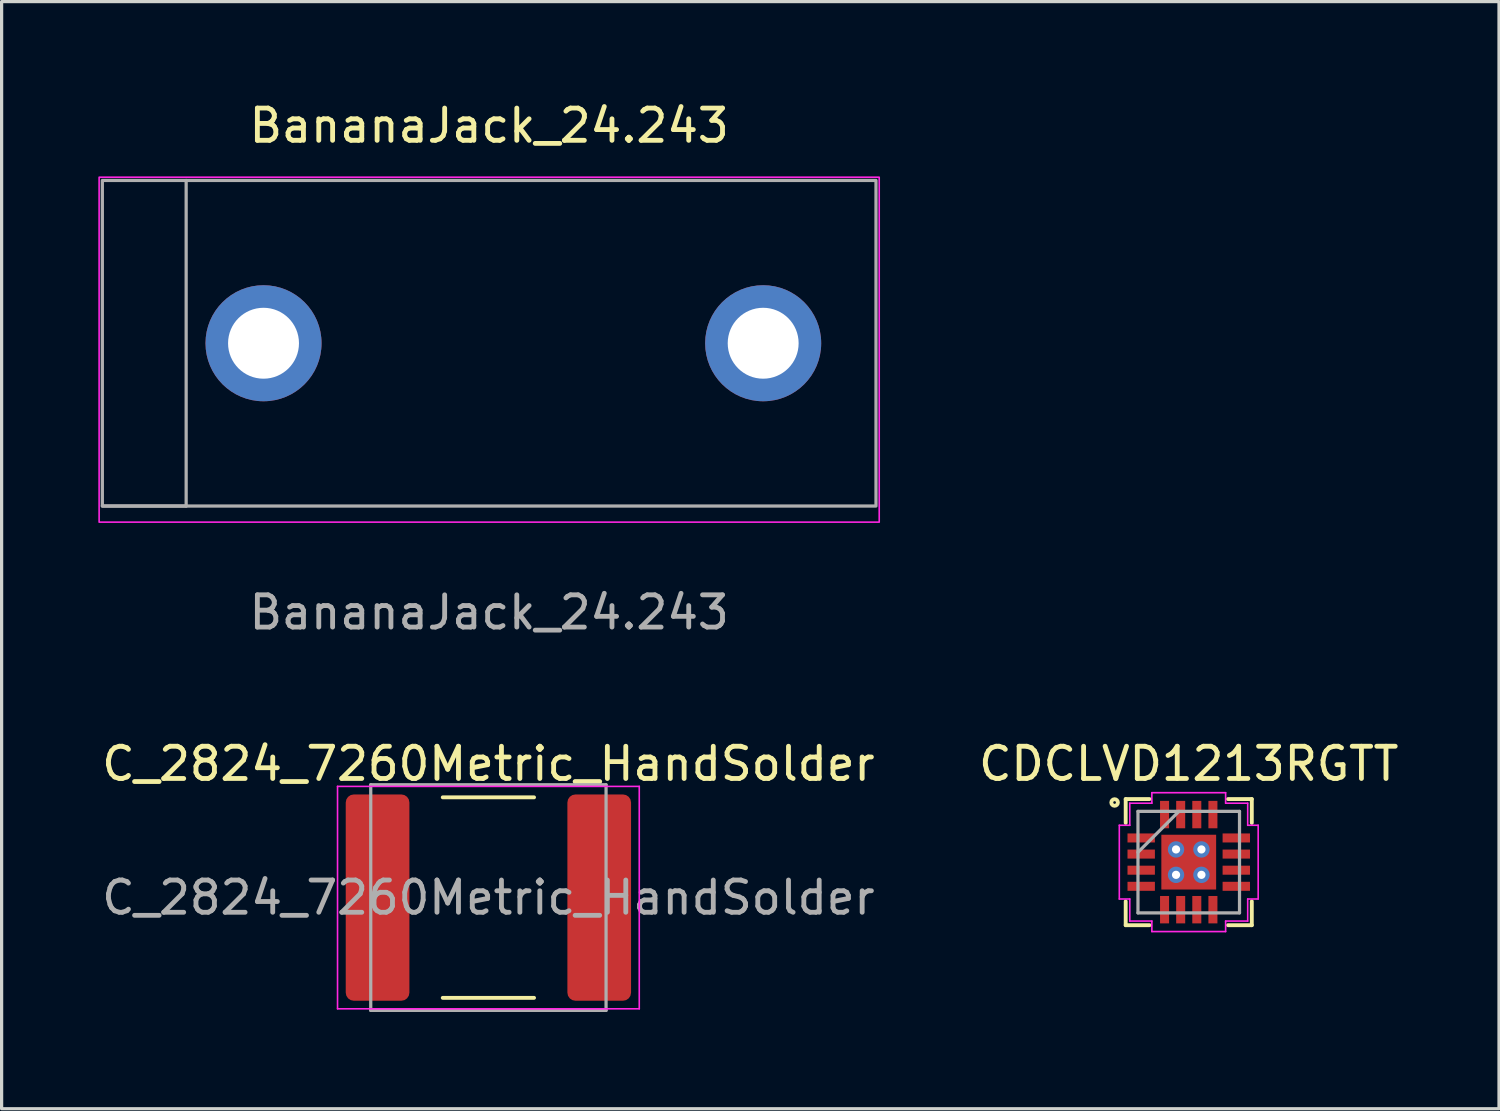
<source format=kicad_pcb>
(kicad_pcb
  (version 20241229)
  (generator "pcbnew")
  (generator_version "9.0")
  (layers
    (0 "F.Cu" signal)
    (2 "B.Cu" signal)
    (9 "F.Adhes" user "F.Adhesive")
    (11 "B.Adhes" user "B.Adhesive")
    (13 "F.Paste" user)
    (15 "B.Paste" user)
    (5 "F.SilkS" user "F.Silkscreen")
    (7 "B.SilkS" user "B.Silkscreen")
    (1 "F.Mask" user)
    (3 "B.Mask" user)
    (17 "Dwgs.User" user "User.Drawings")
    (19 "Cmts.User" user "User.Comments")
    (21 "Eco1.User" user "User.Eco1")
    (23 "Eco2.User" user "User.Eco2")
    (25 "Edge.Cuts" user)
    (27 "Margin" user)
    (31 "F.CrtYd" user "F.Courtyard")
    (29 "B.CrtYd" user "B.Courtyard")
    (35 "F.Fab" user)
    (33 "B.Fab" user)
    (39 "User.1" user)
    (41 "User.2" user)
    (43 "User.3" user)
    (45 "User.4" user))
  (footprint "BananaJack_24.243"
    (layer "F.Cu")
    (at 12.125 2.748)
    (property "Reference" "BananaJack_24.243" (at 0 -1.9 0) (unlocked yes) (layer "F.SilkS") (effects (font (size 1 1) (thickness 0.15))))
    (attr smd)
    (fp_rect (start 12.1 10.4) (end -12.1 -0.3) (stroke (width 0.05) (type solid)) (fill no) (layer "F.CrtYd"))
    (fp_line (start -12 9.9) (end -9.4 9.9) (stroke (width 0.1) (type solid)) (layer "F.Fab"))
    (fp_line (start -9.4 9.9) (end -9.4 -0.2) (stroke (width 0.1) (type solid)) (layer "F.Fab"))
    (fp_rect (start 12 9.9) (end -12 -0.2) (stroke (width 0.1) (type solid)) (fill no) (layer "F.Fab"))
    (fp_text user "${REFERENCE}" (at 0 13.2 0) (unlocked yes) (layer "F.Fab") (effects (font (size 1 1) (thickness 0.15))))
    (pad "1" thru_hole circle (at -7 4.85 180) (size 3.6 3.6) (drill 2.2) (layers "*.Cu" "*.Mask"))
    (pad "1" thru_hole circle (at 8.5 4.85 180) (size 3.6 3.6) (drill 2.2) (layers "*.Cu" "*.Mask")))
  (footprint "CDCLVD1213RGTT"
    (layer "F.Cu")
    (at 33.827 23.695)
    (property "Reference" "CDCLVD1213RGTT" (at 0 -3.05 0) (layer "F.SilkS") (effects (font (size 1 1) (thickness 0.15))))
    (attr through_hole)
    (fp_poly (pts (xy -0.913 -0.913) (xy -0.594 -0.913) (xy -0.594 0.913) (xy -0.913 0.913)) (stroke (width 0.1) (type solid)) (fill yes) (layer "F.Mask"))
    (fp_poly (pts (xy -0.913 -0.913) (xy 0.913 -0.913) (xy 0.913 -0.594) (xy -0.913 -0.594)) (stroke (width 0.1) (type solid)) (fill yes) (layer "F.Mask"))
    (fp_poly (pts (xy -0.913 -0.194) (xy 0.913 -0.194) (xy 0.913 0.194) (xy -0.913 0.194)) (stroke (width 0.1) (type solid)) (fill yes) (layer "F.Mask"))
    (fp_poly (pts (xy -0.913 0.594) (xy 0.913 0.594) (xy 0.913 0.913) (xy -0.913 0.913)) (stroke (width 0.1) (type solid)) (fill yes) (layer "F.Mask"))
    (fp_poly (pts (xy 0.194 -0.913) (xy -0.194 -0.913) (xy -0.194 0.913) (xy 0.194 0.913)) (stroke (width 0.1) (type solid)) (fill yes) (layer "F.Mask"))
    (fp_poly (pts (xy 0.594 -0.913) (xy 0.913 -0.913) (xy 0.913 0.913) (xy 0.594 0.913)) (stroke (width 0.1) (type solid)) (fill yes) (layer "F.Mask"))
    (fp_line (start -1.956 -1.956) (end -1.956 -1.218) (stroke (width 0.12) (type solid)) (layer "F.SilkS"))
    (fp_line (start -1.956 1.218) (end -1.956 1.956) (stroke (width 0.12) (type solid)) (layer "F.SilkS"))
    (fp_line (start -1.956 1.956) (end -1.218 1.956) (stroke (width 0.12) (type solid)) (layer "F.SilkS"))
    (fp_line (start -1.218 -1.956) (end -1.956 -1.956) (stroke (width 0.12) (type solid)) (layer "F.SilkS"))
    (fp_line (start 1.218 1.956) (end 1.956 1.956) (stroke (width 0.12) (type solid)) (layer "F.SilkS"))
    (fp_line (start 1.956 -1.956) (end 1.218 -1.956) (stroke (width 0.12) (type solid)) (layer "F.SilkS"))
    (fp_line (start 1.956 -1.218) (end 1.956 -1.956) (stroke (width 0.12) (type solid)) (layer "F.SilkS"))
    (fp_line (start 1.956 1.956) (end 1.956 1.218) (stroke (width 0.12) (type solid)) (layer "F.SilkS"))
    (fp_circle (center -2.3 -1.85) (end -2.198 -1.85) (stroke (width 0.12) (type solid)) (fill no) (layer "F.SilkS"))
    (fp_poly (pts (xy -0.775 -0.775) (xy -0.775 -0.494) (xy -0.635 -0.494) (xy -0.494 -0.635) (xy -0.494 -0.775)) (stroke (width 0.1) (type solid)) (fill yes) (layer "F.Paste"))
    (fp_poly (pts (xy -0.775 0.494) (xy -0.775 0.775) (xy -0.494 0.775) (xy -0.494 0.635) (xy -0.635 0.494)) (stroke (width 0.1) (type solid)) (fill yes) (layer "F.Paste"))
    (fp_poly (pts (xy 0.494 -0.775) (xy 0.494 -0.635) (xy 0.635 -0.494) (xy 0.775 -0.494) (xy 0.775 -0.775)) (stroke (width 0.1) (type solid)) (fill yes) (layer "F.Paste"))
    (fp_poly (pts (xy 0.635 0.494) (xy 0.494 0.635) (xy 0.494 0.775) (xy 0.775 0.775) (xy 0.775 0.494)) (stroke (width 0.1) (type solid)) (fill yes) (layer "F.Paste"))
    (fp_poly (pts (xy -0.775 -0.294) (xy -0.775 0.294) (xy -0.635 0.294) (xy -0.494 0.152) (xy -0.494 -0.152) (xy -0.635 -0.294)) (stroke (width 0.1) (type solid)) (fill yes) (layer "F.Paste"))
    (fp_poly (pts (xy -0.294 -0.775) (xy -0.294 -0.635) (xy -0.152 -0.494) (xy 0.152 -0.494) (xy 0.294 -0.635) (xy 0.294 -0.775)) (stroke (width 0.1) (type solid)) (fill yes) (layer "F.Paste"))
    (fp_poly (pts (xy -0.152 0.494) (xy -0.294 0.635) (xy -0.294 0.775) (xy 0.294 0.775) (xy 0.294 0.635) (xy 0.152 0.494)) (stroke (width 0.1) (type solid)) (fill yes) (layer "F.Paste"))
    (fp_poly (pts (xy 0.635 -0.294) (xy 0.494 -0.152) (xy 0.494 0.152) (xy 0.635 0.294) (xy 0.775 0.294) (xy 0.775 -0.294)) (stroke (width 0.1) (type solid)) (fill yes) (layer "F.Paste"))
    (fp_poly (pts (xy -0.152 -0.294) (xy -0.294 -0.152) (xy -0.294 0.152) (xy -0.152 0.294) (xy 0.152 0.294) (xy 0.294 0.152) (xy 0.294 -0.152) (xy 0.152 -0.294)) (stroke (width 0.1) (type solid)) (fill yes) (layer "F.Paste"))
    (fp_line (start -2.154 -1.144) (end -1.829 -1.144) (stroke (width 0.05) (type solid)) (layer "F.CrtYd"))
    (fp_line (start -2.154 1.144) (end -2.154 -1.144) (stroke (width 0.05) (type solid)) (layer "F.CrtYd"))
    (fp_line (start -1.829 -1.829) (end -1.144 -1.829) (stroke (width 0.05) (type solid)) (layer "F.CrtYd"))
    (fp_line (start -1.829 -1.144) (end -1.829 -1.829) (stroke (width 0.05) (type solid)) (layer "F.CrtYd"))
    (fp_line (start -1.829 1.144) (end -2.154 1.144) (stroke (width 0.05) (type solid)) (layer "F.CrtYd"))
    (fp_line (start -1.829 1.829) (end -1.829 1.144) (stroke (width 0.05) (type solid)) (layer "F.CrtYd"))
    (fp_line (start -1.144 -2.154) (end 1.144 -2.154) (stroke (width 0.05) (type solid)) (layer "F.CrtYd"))
    (fp_line (start -1.144 -1.829) (end -1.144 -2.154) (stroke (width 0.05) (type solid)) (layer "F.CrtYd"))
    (fp_line (start -1.144 1.829) (end -1.829 1.829) (stroke (width 0.05) (type solid)) (layer "F.CrtYd"))
    (fp_line (start -1.144 2.154) (end -1.144 1.829) (stroke (width 0.05) (type solid)) (layer "F.CrtYd"))
    (fp_line (start 1.144 -2.154) (end 1.144 -1.829) (stroke (width 0.05) (type solid)) (layer "F.CrtYd"))
    (fp_line (start 1.144 -1.829) (end 1.829 -1.829) (stroke (width 0.05) (type solid)) (layer "F.CrtYd"))
    (fp_line (start 1.144 1.829) (end 1.144 2.154) (stroke (width 0.05) (type solid)) (layer "F.CrtYd"))
    (fp_line (start 1.144 2.154) (end -1.144 2.154) (stroke (width 0.05) (type solid)) (layer "F.CrtYd"))
    (fp_line (start 1.829 -1.829) (end 1.829 -1.144) (stroke (width 0.05) (type solid)) (layer "F.CrtYd"))
    (fp_line (start 1.829 -1.144) (end 2.154 -1.144) (stroke (width 0.05) (type solid)) (layer "F.CrtYd"))
    (fp_line (start 1.829 1.144) (end 1.829 1.829) (stroke (width 0.05) (type solid)) (layer "F.CrtYd"))
    (fp_line (start 1.829 1.829) (end 1.144 1.829) (stroke (width 0.05) (type solid)) (layer "F.CrtYd"))
    (fp_line (start 2.154 -1.144) (end 2.154 1.144) (stroke (width 0.05) (type solid)) (layer "F.CrtYd"))
    (fp_line (start 2.154 1.144) (end 1.829 1.144) (stroke (width 0.05) (type solid)) (layer "F.CrtYd"))
    (fp_line (start -1.575 -1.575) (end -1.575 1.575) (stroke (width 0.1) (type solid)) (layer "F.Fab"))
    (fp_line (start -1.575 -0.305) (end -0.305 -1.575) (stroke (width 0.1) (type solid)) (layer "F.Fab"))
    (fp_line (start -1.575 1.575) (end 1.575 1.575) (stroke (width 0.1) (type solid)) (layer "F.Fab"))
    (fp_line (start 1.575 -1.575) (end -1.575 -1.575) (stroke (width 0.1) (type solid)) (layer "F.Fab"))
    (fp_line (start 1.575 1.575) (end 1.575 -1.575) (stroke (width 0.1) (type solid)) (layer "F.Fab"))
    (pad "1" smd rect (at -1.475 -0.75 90) (size 0.28 0.85) (layers "F.Cu" "F.Mask" "F.Paste"))
    (pad "2" smd rect (at -1.475 -0.25 90) (size 0.28 0.85) (layers "F.Cu" "F.Mask" "F.Paste"))
    (pad "3" smd rect (at -1.475 0.25 90) (size 0.28 0.85) (layers "F.Cu" "F.Mask" "F.Paste"))
    (pad "4" smd rect (at -1.475 0.75 90) (size 0.28 0.85) (layers "F.Cu" "F.Mask" "F.Paste"))
    (pad "5" smd rect (at -0.75 1.475) (size 0.28 0.85) (layers "F.Cu" "F.Mask" "F.Paste"))
    (pad "6" smd rect (at -0.25 1.475) (size 0.28 0.85) (layers "F.Cu" "F.Mask" "F.Paste"))
    (pad "7" smd rect (at 0.25 1.475) (size 0.28 0.85) (layers "F.Cu" "F.Mask" "F.Paste"))
    (pad "8" smd rect (at 0.75 1.475) (size 0.28 0.85) (layers "F.Cu" "F.Mask" "F.Paste"))
    (pad "9" smd rect (at 1.475 0.75 90) (size 0.28 0.85) (layers "F.Cu" "F.Mask" "F.Paste"))
    (pad "10" smd rect (at 1.475 0.25 90) (size 0.28 0.85) (layers "F.Cu" "F.Mask" "F.Paste"))
    (pad "11" smd rect (at 1.475 -0.25 90) (size 0.28 0.85) (layers "F.Cu" "F.Mask" "F.Paste"))
    (pad "12" smd rect (at 1.475 -0.75 90) (size 0.28 0.85) (layers "F.Cu" "F.Mask" "F.Paste"))
    (pad "13" smd rect (at 0.75 -1.475) (size 0.28 0.85) (layers "F.Cu" "F.Mask" "F.Paste"))
    (pad "14" smd rect (at 0.25 -1.475) (size 0.28 0.85) (layers "F.Cu" "F.Mask" "F.Paste"))
    (pad "15" smd rect (at -0.25 -1.475) (size 0.28 0.85) (layers "F.Cu" "F.Mask" "F.Paste"))
    (pad "16" smd rect (at -0.75 -1.475) (size 0.28 0.85) (layers "F.Cu" "F.Mask" "F.Paste"))
    (pad "17" thru_hole circle (at -0.394 -0.394) (size 0.508 0.508) (drill 0.254) (layers "*.Cu" "*.Mask"))
    (pad "17" thru_hole circle (at -0.394 0.394) (size 0.508 0.508) (drill 0.254) (layers "*.Cu" "*.Mask"))
    (pad "17" smd rect (at 0 0) (size 1.7 1.7) (layers "F.Cu"))
    (pad "17" thru_hole circle (at 0.394 -0.394) (size 0.508 0.508) (drill 0.254) (layers "*.Cu" "*.Mask"))
    (pad "17" thru_hole circle (at 0.394 0.394) (size 0.508 0.508) (drill 0.254) (layers "*.Cu" "*.Mask")))
  (footprint "C_2824_7260Metric_HandSolder"
    (layer "F.Cu")
    (at 12.101 24.795)
    (property "Reference" "C_2824_7260Metric_HandSolder" (at 0 -4.15 0) (layer "F.SilkS") (effects (font (size 1 1) (thickness 0.15))))
    (attr smd)
    (fp_line (start -1.416 -3.11) (end 1.416 -3.11) (stroke (width 0.12) (type solid)) (layer "F.SilkS"))
    (fp_line (start -1.416 3.11) (end 1.416 3.11) (stroke (width 0.12) (type solid)) (layer "F.SilkS"))
    (fp_line (start -4.68 -3.45) (end 4.68 -3.45) (stroke (width 0.05) (type solid)) (layer "F.CrtYd"))
    (fp_line (start -4.68 3.45) (end -4.68 -3.45) (stroke (width 0.05) (type solid)) (layer "F.CrtYd"))
    (fp_line (start 4.68 -3.45) (end 4.68 3.45) (stroke (width 0.05) (type solid)) (layer "F.CrtYd"))
    (fp_line (start 4.68 3.45) (end -4.68 3.45) (stroke (width 0.05) (type solid)) (layer "F.CrtYd"))
    (fp_line (start -3.65 -3.5) (end 3.65 -3.5) (stroke (width 0.1) (type solid)) (layer "F.Fab"))
    (fp_line (start -3.65 3.5) (end -3.65 -3.5) (stroke (width 0.1) (type solid)) (layer "F.Fab"))
    (fp_line (start 3.65 -3.5) (end 3.65 3.5) (stroke (width 0.1) (type solid)) (layer "F.Fab"))
    (fp_line (start 3.65 3.5) (end -3.65 3.5) (stroke (width 0.1) (type solid)) (layer "F.Fab"))
    (fp_text user "${REFERENCE}" (at 0 0 0) (layer "F.Fab") (effects (font (size 1 1) (thickness 0.15))))
    (pad "1" smd roundrect (at -3.438 0) (size 1.975 6.4) (layers "F.Cu" "F.Mask" "F.Paste") (roundrect_rratio 0.127))
    (pad "2" smd roundrect (at 3.438 0) (size 1.975 6.4) (layers "F.Cu" "F.Mask" "F.Paste") (roundrect_rratio 0.127)))
  (gr_rect
    (start -3 -3)
    (end 43.452 31.345)
    (stroke (width 0.1) (type default))
    (fill no)
    (layer "Edge.Cuts")))
</source>
